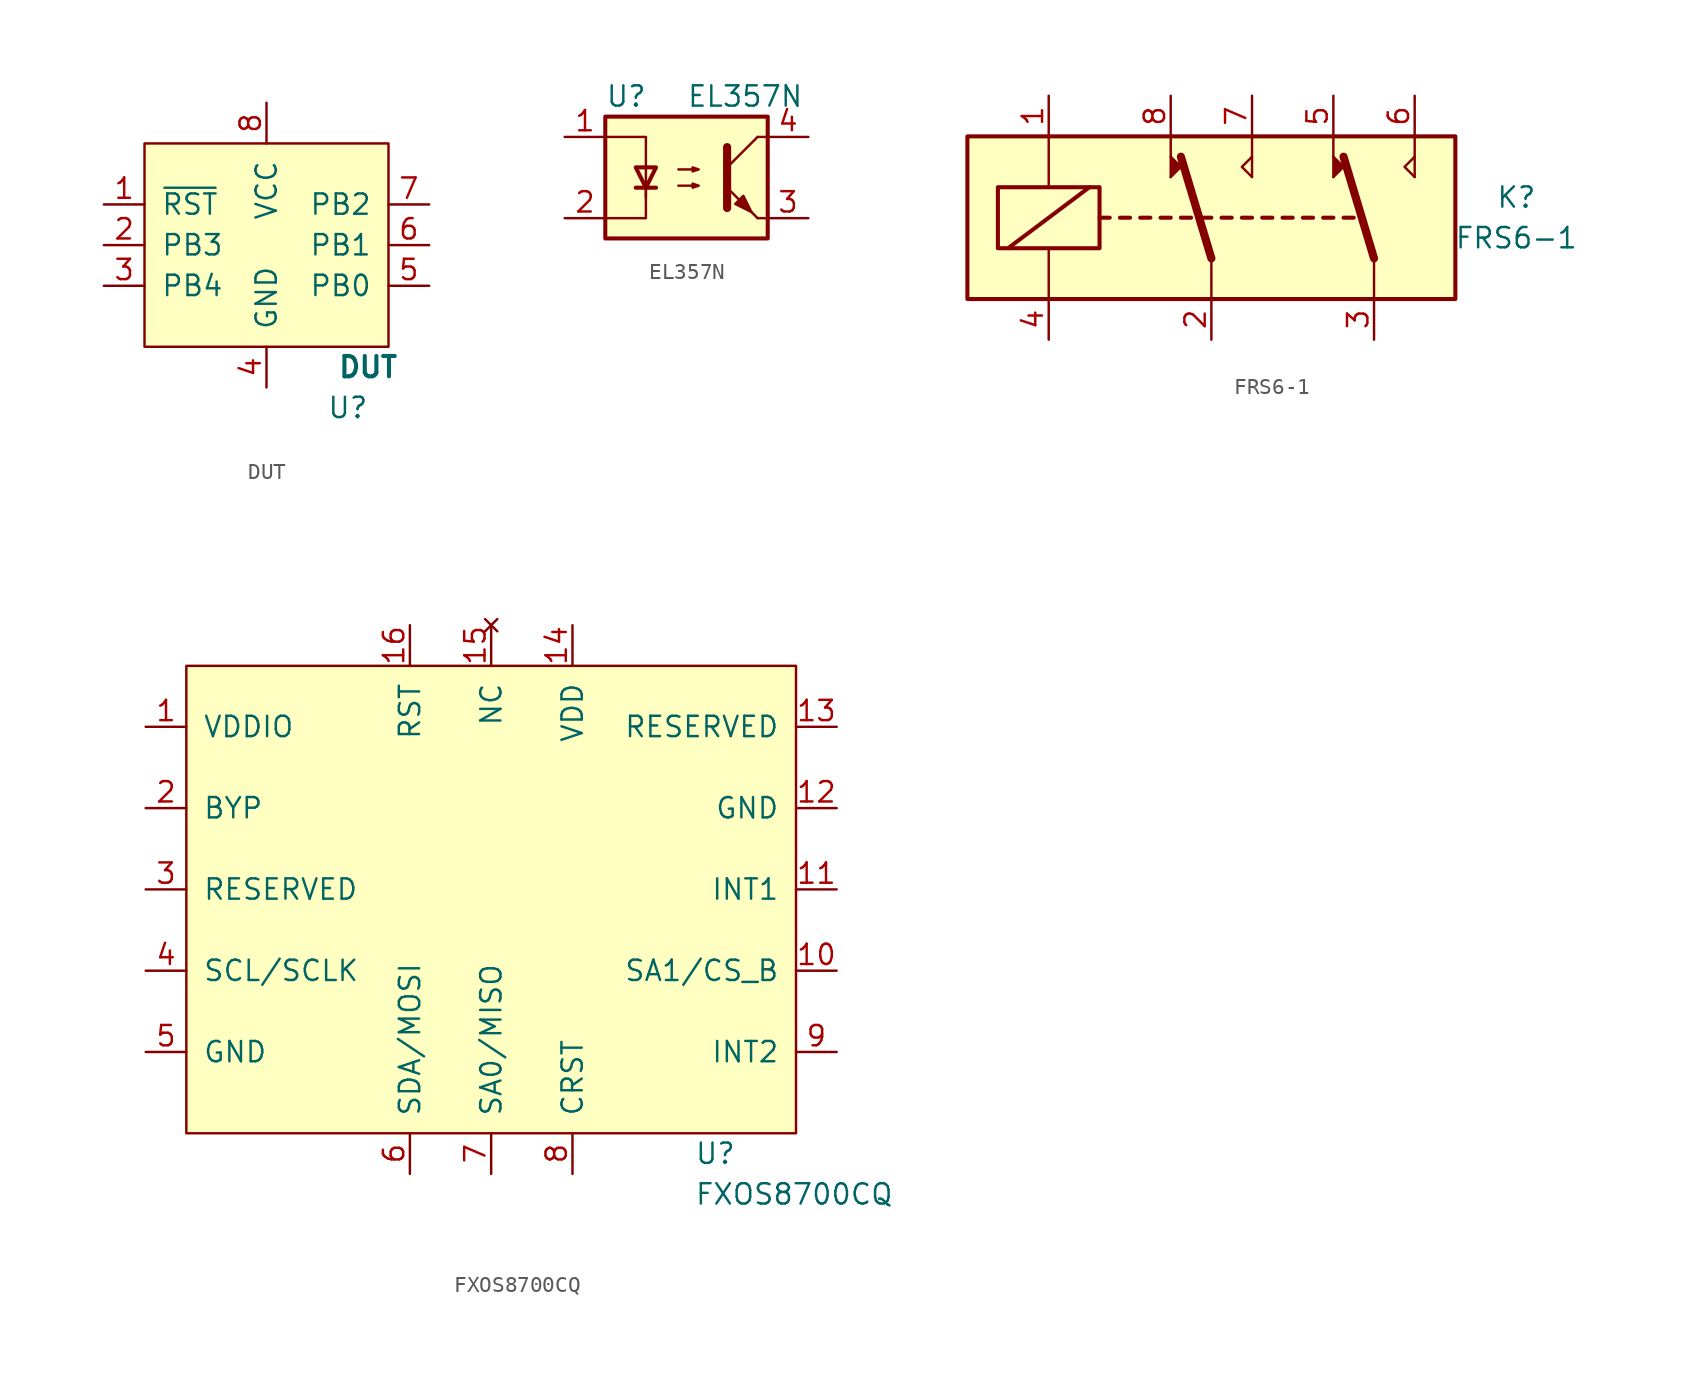
<source format=kicad_sym>
(kicad_symbol_lib
  (version 20211014)
  (generator kicad_symbol_editor)
  (symbol "DUT"
    (pin_names
      (offset 1.016))
    (property "Reference" "U"
      (at 5.08 -2.54 0)
      (effects (font (size 1.27 1.27))))
    (property "Value" "DUT"
      (at 6.35 0 0)
      (effects (font (size 1.27 1.27) bold)))
    (symbol "DUT_0_1"
      (rectangle (start -7.62 13.97) (end 7.62 1.27) (stroke (width 0) (type default) (color 0 0 0 0)) (fill (type background))))
    (symbol "DUT_1_1"
      (pin passive line (at -10.16 10.16 0) (length 2.54) (name "~{RST}" (effects (font (size 1.27 1.27)))) (number "1" (effects (font (size 1.27 1.27)))))
      (pin passive line (at -10.16 7.62 0) (length 2.54) (name "PB3" (effects (font (size 1.27 1.27)))) (number "2" (effects (font (size 1.27 1.27)))))
      (pin passive line (at -10.16 5.08 0) (length 2.54) (name "PB4" (effects (font (size 1.27 1.27)))) (number "3" (effects (font (size 1.27 1.27)))))
      (pin power_in line (at 0 -1.27 90) (length 2.54) (name "GND" (effects (font (size 1.27 1.27)))) (number "4" (effects (font (size 1.27 1.27)))))
      (pin power_in line (at 10.16 5.08 180) (length 2.54) (name "PB0" (effects (font (size 1.27 1.27)))) (number "5" (effects (font (size 1.27 1.27)))))
      (pin power_in line (at 10.16 7.62 180) (length 2.54) (name "PB1" (effects (font (size 1.27 1.27)))) (number "6" (effects (font (size 1.27 1.27)))))
      (pin power_in line (at 10.16 10.16 180) (length 2.54) (name "PB2" (effects (font (size 1.27 1.27)))) (number "7" (effects (font (size 1.27 1.27)))))
      (pin power_in line (at 0 16.51 270) (length 2.54) (name "VCC" (effects (font (size 1.27 1.27)))) (number "8" (effects (font (size 1.27 1.27)))))))
  (symbol "EL357N"
    (pin_names
      (offset 1.016))
    (property "Reference" "U"
      (at -5.08 5.08 0)
      (effects (font (size 1.27 1.27)) (justify left)))
    (property "Value" "EL357N"
      (at 0 5.08 0)
      (effects (font (size 1.27 1.27)) (justify left)))
    (symbol "EL357N_0_1"
      (rectangle (start -5.08 3.81) (end 5.08 -3.81) (stroke (width 0.254) (type default) (color 0 0 0 0)) (fill (type background)))
      (polyline (pts (xy -3.175 -0.635) (xy -1.905 -0.635)) (stroke (width 0.254) (type default) (color 0 0 0 0)) (fill (type none)))
      (polyline (pts (xy 2.54 0.635) (xy 4.445 2.54)) (stroke (width 0) (type default) (color 0 0 0 0)) (fill (type none)))
      (polyline (pts (xy 4.445 -2.54) (xy 2.54 -0.635)) (stroke (width 0) (type default) (color 0 0 0 0)) (fill (type outline)))
      (polyline (pts (xy 4.445 -2.54) (xy 5.08 -2.54)) (stroke (width 0) (type default) (color 0 0 0 0)) (fill (type none)))
      (polyline (pts (xy 4.445 2.54) (xy 5.08 2.54)) (stroke (width 0) (type default) (color 0 0 0 0)) (fill (type none)))
      (polyline (pts (xy -2.54 -0.635) (xy -2.54 -2.54) (xy -5.08 -2.54)) (stroke (width 0) (type default) (color 0 0 0 0)) (fill (type none)))
      (polyline (pts (xy 2.54 1.905) (xy 2.54 -1.905) (xy 2.54 -1.905)) (stroke (width 0.508) (type default) (color 0 0 0 0)) (fill (type none)))
      (polyline (pts (xy -5.08 2.54) (xy -2.54 2.54) (xy -2.54 -1.27) (xy -2.54 0.635)) (stroke (width 0) (type default) (color 0 0 0 0)) (fill (type none)))
      (polyline (pts (xy -2.54 -0.635) (xy -3.175 0.635) (xy -1.905 0.635) (xy -2.54 -0.635)) (stroke (width 0.254) (type default) (color 0 0 0 0)) (fill (type none)))
      (polyline (pts (xy -0.508 -0.508) (xy 0.762 -0.508) (xy 0.381 -0.635) (xy 0.381 -0.381) (xy 0.762 -0.508)) (stroke (width 0) (type default) (color 0 0 0 0)) (fill (type none)))
      (polyline (pts (xy -0.508 0.508) (xy 0.762 0.508) (xy 0.381 0.381) (xy 0.381 0.635) (xy 0.762 0.508)) (stroke (width 0) (type default) (color 0 0 0 0)) (fill (type none)))
      (polyline (pts (xy 3.048 -1.651) (xy 3.556 -1.143) (xy 4.064 -2.159) (xy 3.048 -1.651) (xy 3.048 -1.651)) (stroke (width 0) (type default) (color 0 0 0 0)) (fill (type outline))))
    (symbol "EL357N_1_1"
      (pin passive line (at -7.62 2.54 0) (length 2.54) (name "~" (effects (font (size 1.27 1.27)))) (number "1" (effects (font (size 1.27 1.27)))))
      (pin passive line (at -7.62 -2.54 0) (length 2.54) (name "~" (effects (font (size 1.27 1.27)))) (number "2" (effects (font (size 1.27 1.27)))))
      (pin passive line (at 7.62 -2.54 180) (length 2.54) (name "~" (effects (font (size 1.27 1.27)))) (number "3" (effects (font (size 1.27 1.27)))))
      (pin passive line (at 7.62 2.54 180) (length 2.54) (name "~" (effects (font (size 1.27 1.27)))) (number "4" (effects (font (size 1.27 1.27)))))))
  (symbol "FRS6-1"
    (pin_names
      (offset 1.016))
    (property "Reference" "K"
      (at 20.32 1.27 0)
      (effects (font (size 1.27 1.27))))
    (property "Value" "FRS6-1"
      (at 20.32 -1.27 0)
      (effects (font (size 1.27 1.27))))
    (symbol "FRS6-1_1_1"
      (rectangle (start -13.97 5.08) (end 16.51 -5.08) (stroke (width 0.254) (type default) (color 0 0 0 0)) (fill (type background)))
      (rectangle (start -12.065 1.905) (end -5.715 -1.905) (stroke (width 0.254) (type default) (color 0 0 0 0)) (fill (type none)))
      (polyline (pts (xy -11.43 -1.905) (xy -6.35 1.905)) (stroke (width 0.254) (type default) (color 0 0 0 0)) (fill (type none)))
      (polyline (pts (xy -8.89 -5.08) (xy -8.89 -1.905)) (stroke (width 0) (type default) (color 0 0 0 0)) (fill (type none)))
      (polyline (pts (xy -8.89 5.08) (xy -8.89 1.905)) (stroke (width 0) (type default) (color 0 0 0 0)) (fill (type none)))
      (polyline (pts (xy -5.715 0) (xy -5.08 0)) (stroke (width 0.254) (type default) (color 0 0 0 0)) (fill (type none)))
      (polyline (pts (xy -4.445 0) (xy -3.81 0)) (stroke (width 0.254) (type default) (color 0 0 0 0)) (fill (type none)))
      (polyline (pts (xy -3.175 0) (xy -2.54 0)) (stroke (width 0.254) (type default) (color 0 0 0 0)) (fill (type none)))
      (polyline (pts (xy -1.905 0) (xy -1.27 0)) (stroke (width 0.254) (type default) (color 0 0 0 0)) (fill (type none)))
      (polyline (pts (xy -1.27 2.54) (xy -1.27 5.08)) (stroke (width 0) (type default) (color 0 0 0 0)) (fill (type none)))
      (polyline (pts (xy -0.635 0) (xy 0 0)) (stroke (width 0.254) (type default) (color 0 0 0 0)) (fill (type none)))
      (polyline (pts (xy 0.635 0) (xy 1.27 0)) (stroke (width 0.254) (type default) (color 0 0 0 0)) (fill (type none)))
      (polyline (pts (xy 1.27 -2.54) (xy -0.635 3.81)) (stroke (width 0.508) (type default) (color 0 0 0 0)) (fill (type none)))
      (polyline (pts (xy 1.27 -2.54) (xy 1.27 -5.08)) (stroke (width 0) (type default) (color 0 0 0 0)) (fill (type none)))
      (polyline (pts (xy 1.905 0) (xy 2.54 0)) (stroke (width 0.254) (type default) (color 0 0 0 0)) (fill (type none)))
      (polyline (pts (xy 3.175 0) (xy 3.81 0)) (stroke (width 0.254) (type default) (color 0 0 0 0)) (fill (type none)))
      (polyline (pts (xy 3.81 2.54) (xy 3.81 5.08)) (stroke (width 0) (type default) (color 0 0 0 0)) (fill (type none)))
      (polyline (pts (xy 4.445 0) (xy 5.08 0)) (stroke (width 0.254) (type default) (color 0 0 0 0)) (fill (type none)))
      (polyline (pts (xy 5.715 0) (xy 6.35 0)) (stroke (width 0.254) (type default) (color 0 0 0 0)) (fill (type none)))
      (polyline (pts (xy 6.985 0) (xy 7.62 0)) (stroke (width 0.254) (type default) (color 0 0 0 0)) (fill (type none)))
      (polyline (pts (xy 8.255 0) (xy 8.89 0)) (stroke (width 0.254) (type default) (color 0 0 0 0)) (fill (type none)))
      (polyline (pts (xy 8.89 2.54) (xy 8.89 5.08)) (stroke (width 0) (type default) (color 0 0 0 0)) (fill (type none)))
      (polyline (pts (xy 9.525 0) (xy 10.16 0)) (stroke (width 0.254) (type default) (color 0 0 0 0)) (fill (type none)))
      (polyline (pts (xy 11.43 -2.54) (xy 9.525 3.81)) (stroke (width 0.508) (type default) (color 0 0 0 0)) (fill (type none)))
      (polyline (pts (xy 11.43 -2.54) (xy 11.43 -5.08)) (stroke (width 0) (type default) (color 0 0 0 0)) (fill (type none)))
      (polyline (pts (xy 13.97 2.54) (xy 13.97 5.08)) (stroke (width 0) (type default) (color 0 0 0 0)) (fill (type none)))
      (polyline (pts (xy -1.27 2.54) (xy -0.635 3.175) (xy -1.27 3.81)) (stroke (width 0) (type default) (color 0 0 0 0)) (fill (type outline)))
      (polyline (pts (xy 3.81 2.54) (xy 3.175 3.175) (xy 3.81 3.81)) (stroke (width 0) (type default) (color 0 0 0 0)) (fill (type none)))
      (polyline (pts (xy 8.89 2.54) (xy 9.525 3.175) (xy 8.89 3.81)) (stroke (width 0) (type default) (color 0 0 0 0)) (fill (type outline)))
      (polyline (pts (xy 13.97 2.54) (xy 13.335 3.175) (xy 13.97 3.81)) (stroke (width 0) (type default) (color 0 0 0 0)) (fill (type none)))
      (pin passive line (at -8.89 7.62 270) (length 2.54) (name "~" (effects (font (size 1.27 1.27)))) (number "1" (effects (font (size 1.27 1.27)))))
      (pin passive line (at 1.27 -7.62 90) (length 2.54) (name "~" (effects (font (size 1.27 1.27)))) (number "2" (effects (font (size 1.27 1.27)))))
      (pin passive line (at 11.43 -7.62 90) (length 2.54) (name "~" (effects (font (size 1.27 1.27)))) (number "3" (effects (font (size 1.27 1.27)))))
      (pin passive line (at -8.89 -7.62 90) (length 2.54) (name "~" (effects (font (size 1.27 1.27)))) (number "4" (effects (font (size 1.27 1.27)))))
      (pin passive line (at 8.89 7.62 270) (length 2.54) (name "~" (effects (font (size 1.27 1.27)))) (number "5" (effects (font (size 1.27 1.27)))))
      (pin passive line (at 13.97 7.62 270) (length 2.54) (name "~" (effects (font (size 1.27 1.27)))) (number "6" (effects (font (size 1.27 1.27)))))
      (pin passive line (at 3.81 7.62 270) (length 2.54) (name "~" (effects (font (size 1.27 1.27)))) (number "7" (effects (font (size 1.27 1.27)))))
      (pin passive line (at -1.27 7.62 270) (length 2.54) (name "~" (effects (font (size 1.27 1.27)))) (number "8" (effects (font (size 1.27 1.27)))))))
  (symbol "FXOS8700CQ"
    (pin_names
      (offset 1.016))
    (property "Reference" "U"
      (at 12.7 -16.51 0)
      (effects (font (size 1.27 1.27)) (justify left)))
    (property "Value" "FXOS8700CQ"
      (at 12.7 -19.05 0)
      (effects (font (size 1.27 1.27)) (justify left)))
    (symbol "FXOS8700CQ_0_1"
      (rectangle (start -19.05 13.97) (end 19.05 -15.24) (stroke (width 0) (type default) (color 0 0 0 0)) (fill (type background))))
    (symbol "FXOS8700CQ_1_1"
      (pin power_in line (at -21.59 10.16 0) (length 2.54) (name "VDDIO" (effects (font (size 1.27 1.27)))) (number "1" (effects (font (size 1.27 1.27)))))
      (pin bidirectional line (at 21.59 -5.08 180) (length 2.54) (name "SA1/CS_B" (effects (font (size 1.27 1.27)))) (number "10" (effects (font (size 1.27 1.27)))))
      (pin output line (at 21.59 0 180) (length 2.54) (name "INT1" (effects (font (size 1.27 1.27)))) (number "11" (effects (font (size 1.27 1.27)))))
      (pin power_in line (at 21.59 5.08 180) (length 2.54) (name "GND" (effects (font (size 1.27 1.27)))) (number "12" (effects (font (size 1.27 1.27)))))
      (pin unspecified line (at 21.59 10.16 180) (length 2.54) (name "RESERVED" (effects (font (size 1.27 1.27)))) (number "13" (effects (font (size 1.27 1.27)))))
      (pin power_in line (at 5.08 16.51 270) (length 2.54) (name "VDD" (effects (font (size 1.27 1.27)))) (number "14" (effects (font (size 1.27 1.27)))))
      (pin no_connect line (at 0 16.51 270) (length 2.54) (name "NC" (effects (font (size 1.27 1.27)))) (number "15" (effects (font (size 1.27 1.27)))))
      (pin input line (at -5.08 16.51 270) (length 2.54) (name "RST" (effects (font (size 1.27 1.27)))) (number "16" (effects (font (size 1.27 1.27)))))
      (pin passive line (at -21.59 5.08 0) (length 2.54) (name "BYP" (effects (font (size 1.27 1.27)))) (number "2" (effects (font (size 1.27 1.27)))))
      (pin unspecified line (at -21.59 0 0) (length 2.54) (name "RESERVED" (effects (font (size 1.27 1.27)))) (number "3" (effects (font (size 1.27 1.27)))))
      (pin input line (at -21.59 -5.08 0) (length 2.54) (name "SCL/SCLK" (effects (font (size 1.27 1.27)))) (number "4" (effects (font (size 1.27 1.27)))))
      (pin power_in line (at -21.59 -10.16 0) (length 2.54) (name "GND" (effects (font (size 1.27 1.27)))) (number "5" (effects (font (size 1.27 1.27)))))
      (pin bidirectional line (at -5.08 -17.78 90) (length 2.54) (name "SDA/MOSI" (effects (font (size 1.27 1.27)))) (number "6" (effects (font (size 1.27 1.27)))))
      (pin bidirectional line (at 0 -17.78 90) (length 2.54) (name "SA0/MISO" (effects (font (size 1.27 1.27)))) (number "7" (effects (font (size 1.27 1.27)))))
      (pin input line (at 5.08 -17.78 90) (length 2.54) (name "CRST" (effects (font (size 1.27 1.27)))) (number "8" (effects (font (size 1.27 1.27)))))
      (pin output line (at 21.59 -10.16 180) (length 2.54) (name "INT2" (effects (font (size 1.27 1.27)))) (number "9" (effects (font (size 1.27 1.27))))))))
</source>
